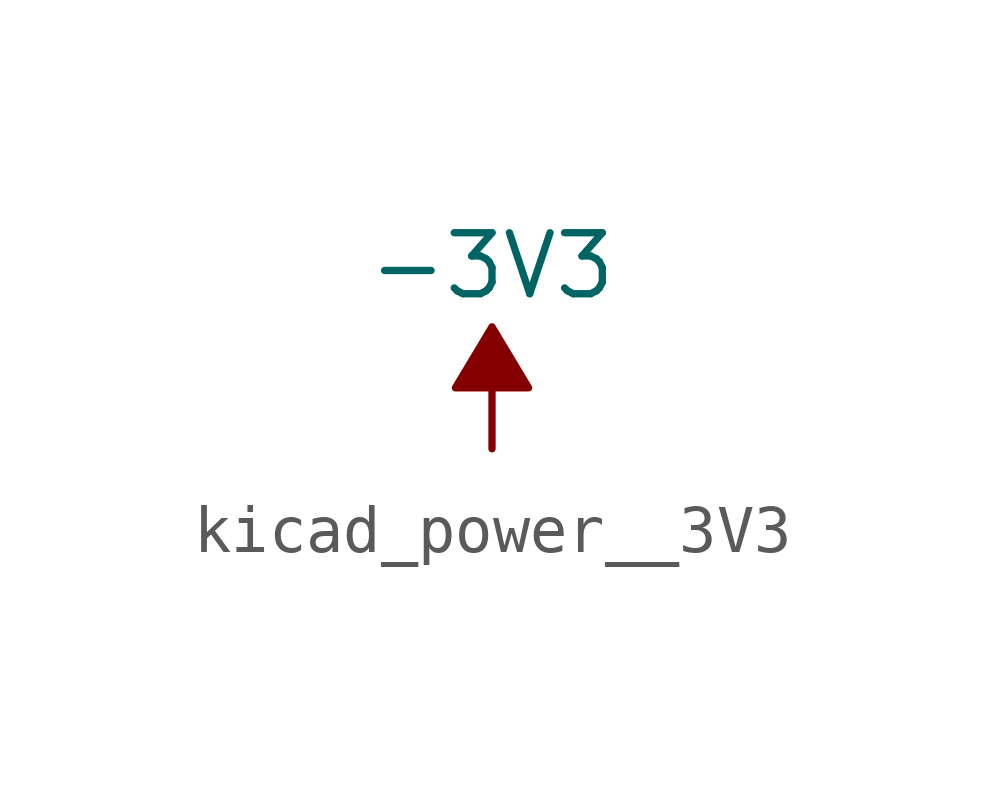
<source format=kicad_sym>
(kicad_symbol_lib
  (version 20220914)
  (generator kicad_symbol_editor)
  (symbol "kicad_power__3V3"
    (power)
    (pin_names
      (offset 0))
    (property "Reference" "#PWR"
      (at 0 2.54 0)
      (effects (font (size 1.27 1.27)) hide))
    (property "Value" "-3V3"
      (at 0 3.81 0)
      (effects (font (size 1.27 1.27))))
    (symbol "kicad_power__3V3_0_0"
      (pin power_in line (at 0 0 90) (length 0) hide (name "-3V3" (effects (font (size 1.27 1.27)))) (number "1" (effects (font (size 1.27 1.27))))))
    (symbol "kicad_power__3V3_0_1"
      (polyline (pts (xy 0 0) (xy 0 1.27) (xy 0.762 1.27) (xy 0 2.54) (xy -0.762 1.27) (xy 0 1.27)) (stroke (width 0) (type default)) (fill (type outline))))))
</source>
